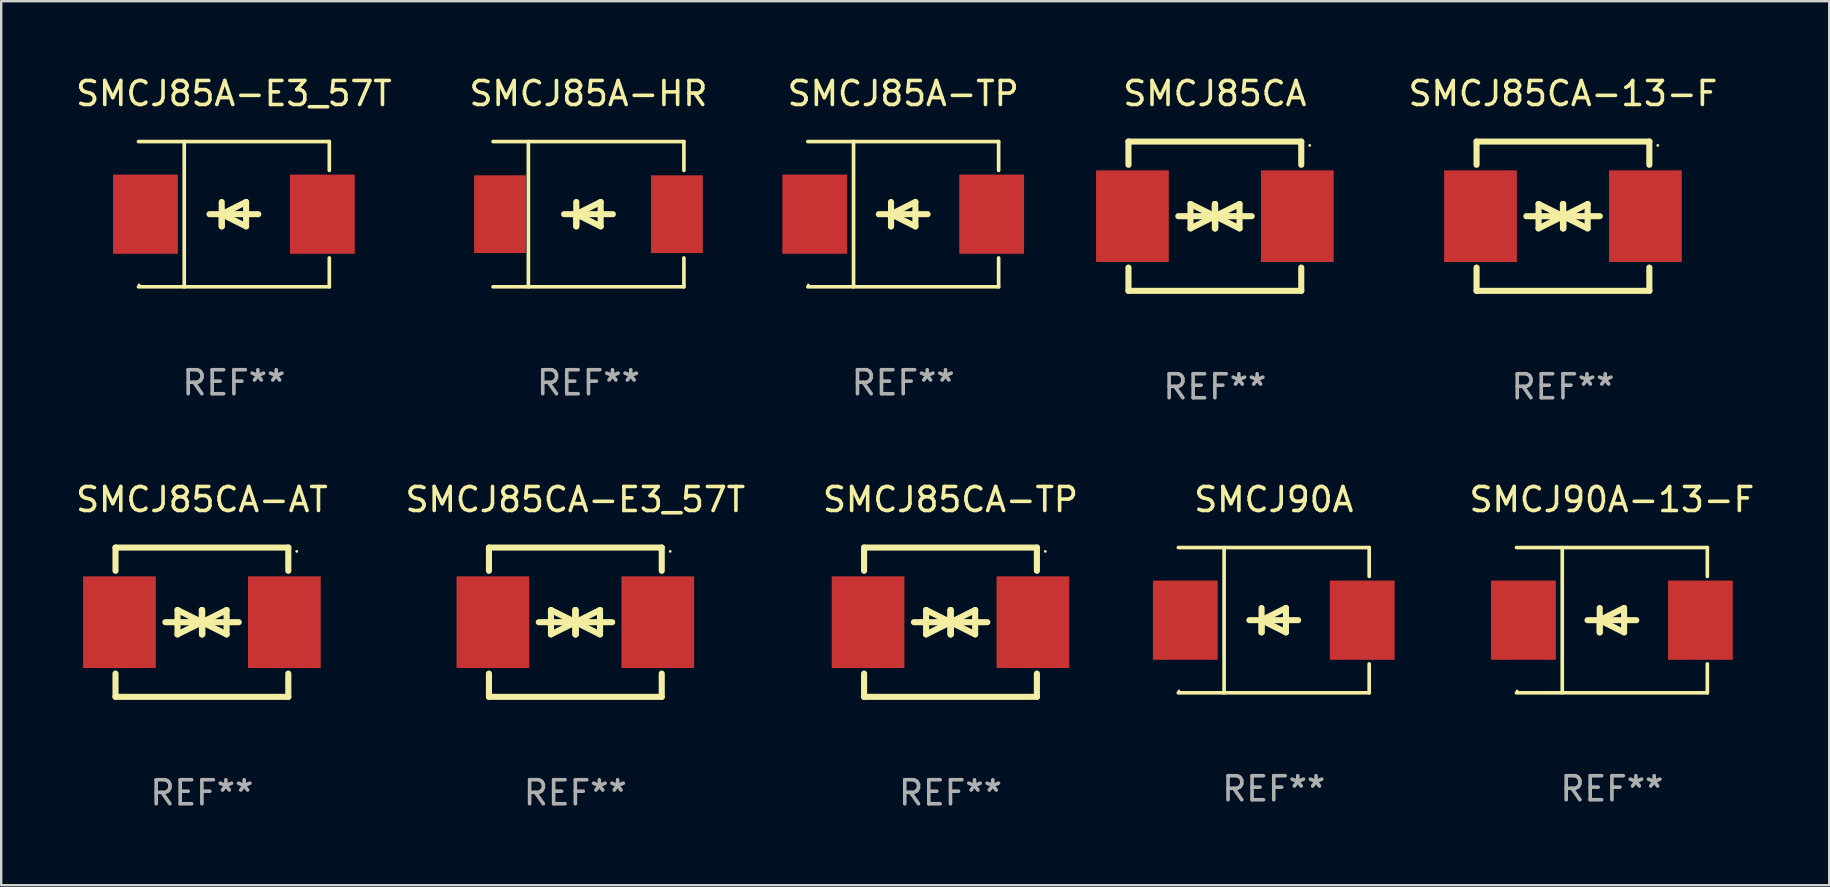
<source format=kicad_pcb>
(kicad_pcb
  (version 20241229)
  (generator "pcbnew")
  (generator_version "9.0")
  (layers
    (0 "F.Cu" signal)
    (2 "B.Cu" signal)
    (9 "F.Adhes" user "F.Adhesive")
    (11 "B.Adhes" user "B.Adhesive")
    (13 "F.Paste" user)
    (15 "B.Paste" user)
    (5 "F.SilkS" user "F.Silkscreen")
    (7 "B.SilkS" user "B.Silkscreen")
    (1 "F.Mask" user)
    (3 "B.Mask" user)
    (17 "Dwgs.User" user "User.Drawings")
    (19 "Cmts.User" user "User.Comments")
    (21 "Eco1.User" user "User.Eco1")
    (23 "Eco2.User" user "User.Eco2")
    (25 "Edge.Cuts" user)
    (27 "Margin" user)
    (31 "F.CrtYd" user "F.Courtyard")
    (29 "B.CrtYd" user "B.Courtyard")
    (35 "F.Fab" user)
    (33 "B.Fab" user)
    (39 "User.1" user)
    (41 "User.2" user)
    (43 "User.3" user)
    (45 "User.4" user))
  (footprint "SMCJ85CA-AT"
    (layer "F.Cu")
    (at 5.363 22.875)
    (property "Reference" "SMCJ85CA-AT" (at 0 -5.11 0) (layer "F.SilkS") (effects (font (size 1 1) (thickness 0.15))))
    (attr through_hole)
    (fp_line (start -3.6 -2.141) (end -3.6 -3.11) (stroke (width 0.254) (type solid)) (layer "F.SilkS"))
    (fp_line (start -3.6 3.11) (end -3.6 2.141) (stroke (width 0.254) (type solid)) (layer "F.SilkS"))
    (fp_line (start -1.524 0) (end 0.508 0) (stroke (width 0.254) (type solid)) (layer "F.SilkS"))
    (fp_line (start -1.016 -0.508) (end -1.016 0.508) (stroke (width 0.254) (type solid)) (layer "F.SilkS"))
    (fp_line (start -1.016 0.508) (end 0 0) (stroke (width 0.254) (type solid)) (layer "F.SilkS"))
    (fp_line (start 0 -0.508) (end 0 0.508) (stroke (width 0.254) (type solid)) (layer "F.SilkS"))
    (fp_line (start 0 0) (end -1.016 -0.508) (stroke (width 0.254) (type solid)) (layer "F.SilkS"))
    (fp_line (start 0 0) (end 0 -0.508) (stroke (width 0.254) (type solid)) (layer "F.SilkS"))
    (fp_line (start 0.012 0) (end 0.012 0.508) (stroke (width 0.254) (type solid)) (layer "F.SilkS"))
    (fp_line (start 0.012 0) (end 1.028 0.508) (stroke (width 0.254) (type solid)) (layer "F.SilkS"))
    (fp_line (start 0.012 0.508) (end 0.012 -0.508) (stroke (width 0.254) (type solid)) (layer "F.SilkS"))
    (fp_line (start 1.028 -0.508) (end 0.012 0) (stroke (width 0.254) (type solid)) (layer "F.SilkS"))
    (fp_line (start 1.028 0.508) (end 1.028 -0.508) (stroke (width 0.254) (type solid)) (layer "F.SilkS"))
    (fp_line (start 1.536 0) (end -0.496 0) (stroke (width 0.254) (type solid)) (layer "F.SilkS"))
    (fp_line (start 3.6 -3.11) (end -3.6 -3.11) (stroke (width 0.254) (type solid)) (layer "F.SilkS"))
    (fp_line (start 3.6 -2.141) (end 3.6 -3.11) (stroke (width 0.254) (type solid)) (layer "F.SilkS"))
    (fp_line (start 3.6 3.11) (end -3.6 3.11) (stroke (width 0.254) (type solid)) (layer "F.SilkS"))
    (fp_line (start 3.6 3.11) (end 3.6 2.141) (stroke (width 0.254) (type solid)) (layer "F.SilkS"))
    (fp_circle (center 3.952 -2.95) (end 3.982 -2.95) (stroke (width 0.06) (type solid)) (fill no) (layer "F.SilkS"))
    (fp_text user "REF**" (at 0 7.11 0) (layer "F.Fab") (effects (font (size 1 1) (thickness 0.15))))
    (pad "1" smd rect (at 3.435 0) (size 3.03 3.82) (layers "F.Cu" "F.Mask" "F.Paste"))
    (pad "2" smd rect (at -3.435 0) (size 3.03 3.82) (layers "F.Cu" "F.Mask" "F.Paste")))
  (footprint "SMCJ85CA-E3_57T"
    (layer "F.Cu")
    (at 20.923 22.875)
    (property "Reference" "SMCJ85CA-E3_57T" (at 0 -5.11 0) (layer "F.SilkS") (effects (font (size 1 1) (thickness 0.15))))
    (attr through_hole)
    (fp_line (start -3.6 -2.141) (end -3.6 -3.11) (stroke (width 0.254) (type solid)) (layer "F.SilkS"))
    (fp_line (start -3.6 3.11) (end -3.6 2.141) (stroke (width 0.254) (type solid)) (layer "F.SilkS"))
    (fp_line (start -1.524 0) (end 0.508 0) (stroke (width 0.254) (type solid)) (layer "F.SilkS"))
    (fp_line (start -1.016 -0.508) (end -1.016 0.508) (stroke (width 0.254) (type solid)) (layer "F.SilkS"))
    (fp_line (start -1.016 0.508) (end 0 0) (stroke (width 0.254) (type solid)) (layer "F.SilkS"))
    (fp_line (start 0 -0.508) (end 0 0.508) (stroke (width 0.254) (type solid)) (layer "F.SilkS"))
    (fp_line (start 0 0) (end -1.016 -0.508) (stroke (width 0.254) (type solid)) (layer "F.SilkS"))
    (fp_line (start 0 0) (end 0 -0.508) (stroke (width 0.254) (type solid)) (layer "F.SilkS"))
    (fp_line (start 0.012 0) (end 0.012 0.508) (stroke (width 0.254) (type solid)) (layer "F.SilkS"))
    (fp_line (start 0.012 0) (end 1.028 0.508) (stroke (width 0.254) (type solid)) (layer "F.SilkS"))
    (fp_line (start 0.012 0.508) (end 0.012 -0.508) (stroke (width 0.254) (type solid)) (layer "F.SilkS"))
    (fp_line (start 1.028 -0.508) (end 0.012 0) (stroke (width 0.254) (type solid)) (layer "F.SilkS"))
    (fp_line (start 1.028 0.508) (end 1.028 -0.508) (stroke (width 0.254) (type solid)) (layer "F.SilkS"))
    (fp_line (start 1.536 0) (end -0.496 0) (stroke (width 0.254) (type solid)) (layer "F.SilkS"))
    (fp_line (start 3.6 -3.11) (end -3.6 -3.11) (stroke (width 0.254) (type solid)) (layer "F.SilkS"))
    (fp_line (start 3.6 -2.141) (end 3.6 -3.11) (stroke (width 0.254) (type solid)) (layer "F.SilkS"))
    (fp_line (start 3.6 3.11) (end -3.6 3.11) (stroke (width 0.254) (type solid)) (layer "F.SilkS"))
    (fp_line (start 3.6 3.11) (end 3.6 2.141) (stroke (width 0.254) (type solid)) (layer "F.SilkS"))
    (fp_circle (center 3.952 -2.95) (end 3.982 -2.95) (stroke (width 0.06) (type solid)) (fill no) (layer "F.SilkS"))
    (fp_text user "REF**" (at 0 7.11 0) (layer "F.Fab") (effects (font (size 1 1) (thickness 0.15))))
    (pad "1" smd rect (at 3.435 0) (size 3.03 3.82) (layers "F.Cu" "F.Mask" "F.Paste"))
    (pad "2" smd rect (at -3.435 0) (size 3.03 3.82) (layers "F.Cu" "F.Mask" "F.Paste")))
  (footprint "SMCJ85A-TP"
    (layer "F.Cu")
    (at 34.584 5.874)
    (property "Reference" "SMCJ85A-TP" (at 0 -5.026 0) (layer "F.SilkS") (effects (font (size 1 1) (thickness 0.15))))
    (attr through_hole)
    (fp_line (start -3.976 -3.026) (end 3.976 -3.026) (stroke (width 0.152) (type solid)) (layer "F.SilkS"))
    (fp_line (start -3.976 3.026) (end 3.976 3.026) (stroke (width 0.152) (type solid)) (layer "F.SilkS"))
    (fp_line (start -2.069 -3.026) (end -2.069 3.026) (stroke (width 0.152) (type solid)) (layer "F.SilkS"))
    (fp_line (start -0.508 0) (end -0.508 0.508) (stroke (width 0.254) (type solid)) (layer "F.SilkS"))
    (fp_line (start -0.508 0) (end 0.508 0.508) (stroke (width 0.254) (type solid)) (layer "F.SilkS"))
    (fp_line (start -0.508 0.508) (end -0.508 -0.508) (stroke (width 0.254) (type solid)) (layer "F.SilkS"))
    (fp_line (start 0.508 -0.508) (end -0.508 0) (stroke (width 0.254) (type solid)) (layer "F.SilkS"))
    (fp_line (start 0.508 0.508) (end 0.508 -0.508) (stroke (width 0.254) (type solid)) (layer "F.SilkS"))
    (fp_line (start 1.016 0) (end -1.016 0) (stroke (width 0.254) (type solid)) (layer "F.SilkS"))
    (fp_line (start 3.976 -3.026) (end 3.976 -1.823) (stroke (width 0.152) (type solid)) (layer "F.SilkS"))
    (fp_line (start 3.976 3.026) (end 3.976 1.823) (stroke (width 0.152) (type solid)) (layer "F.SilkS"))
    (fp_circle (center -3.95 2.95) (end -3.92 2.95) (stroke (width 0.06) (type solid)) (fill no) (layer "F.SilkS"))
    (fp_text user "REF**" (at 0 7.026 0) (layer "F.Fab") (effects (font (size 1 1) (thickness 0.15))))
    (pad "1" smd rect (at -3.686 0) (size 2.7 3.3) (layers "F.Cu" "F.Mask" "F.Paste"))
    (pad "2" smd rect (at 3.686 0) (size 2.7 3.3) (layers "F.Cu" "F.Mask" "F.Paste")))
  (footprint "SMCJ85CA-TP"
    (layer "F.Cu")
    (at 36.554 22.875)
    (property "Reference" "SMCJ85CA-TP" (at 0 -5.11 0) (layer "F.SilkS") (effects (font (size 1 1) (thickness 0.15))))
    (attr through_hole)
    (fp_line (start -3.6 -2.141) (end -3.6 -3.11) (stroke (width 0.254) (type solid)) (layer "F.SilkS"))
    (fp_line (start -3.6 3.11) (end -3.6 2.141) (stroke (width 0.254) (type solid)) (layer "F.SilkS"))
    (fp_line (start -1.524 0) (end 0.508 0) (stroke (width 0.254) (type solid)) (layer "F.SilkS"))
    (fp_line (start -1.016 -0.508) (end -1.016 0.508) (stroke (width 0.254) (type solid)) (layer "F.SilkS"))
    (fp_line (start -1.016 0.508) (end 0 0) (stroke (width 0.254) (type solid)) (layer "F.SilkS"))
    (fp_line (start 0 -0.508) (end 0 0.508) (stroke (width 0.254) (type solid)) (layer "F.SilkS"))
    (fp_line (start 0 0) (end -1.016 -0.508) (stroke (width 0.254) (type solid)) (layer "F.SilkS"))
    (fp_line (start 0 0) (end 0 -0.508) (stroke (width 0.254) (type solid)) (layer "F.SilkS"))
    (fp_line (start 0.012 0) (end 0.012 0.508) (stroke (width 0.254) (type solid)) (layer "F.SilkS"))
    (fp_line (start 0.012 0) (end 1.028 0.508) (stroke (width 0.254) (type solid)) (layer "F.SilkS"))
    (fp_line (start 0.012 0.508) (end 0.012 -0.508) (stroke (width 0.254) (type solid)) (layer "F.SilkS"))
    (fp_line (start 1.028 -0.508) (end 0.012 0) (stroke (width 0.254) (type solid)) (layer "F.SilkS"))
    (fp_line (start 1.028 0.508) (end 1.028 -0.508) (stroke (width 0.254) (type solid)) (layer "F.SilkS"))
    (fp_line (start 1.536 0) (end -0.496 0) (stroke (width 0.254) (type solid)) (layer "F.SilkS"))
    (fp_line (start 3.6 -3.11) (end -3.6 -3.11) (stroke (width 0.254) (type solid)) (layer "F.SilkS"))
    (fp_line (start 3.6 -2.141) (end 3.6 -3.11) (stroke (width 0.254) (type solid)) (layer "F.SilkS"))
    (fp_line (start 3.6 3.11) (end -3.6 3.11) (stroke (width 0.254) (type solid)) (layer "F.SilkS"))
    (fp_line (start 3.6 3.11) (end 3.6 2.141) (stroke (width 0.254) (type solid)) (layer "F.SilkS"))
    (fp_circle (center 3.952 -2.95) (end 3.982 -2.95) (stroke (width 0.06) (type solid)) (fill no) (layer "F.SilkS"))
    (fp_text user "REF**" (at 0 7.11 0) (layer "F.Fab") (effects (font (size 1 1) (thickness 0.15))))
    (pad "1" smd rect (at 3.435 0) (size 3.03 3.82) (layers "F.Cu" "F.Mask" "F.Paste"))
    (pad "2" smd rect (at -3.435 0) (size 3.03 3.82) (layers "F.Cu" "F.Mask" "F.Paste")))
  (footprint "SMCJ85CA"
    (layer "F.Cu")
    (at 47.57 5.958)
    (property "Reference" "SMCJ85CA" (at 0 -5.11 0) (layer "F.SilkS") (effects (font (size 1 1) (thickness 0.15))))
    (attr through_hole)
    (fp_line (start -3.6 -2.141) (end -3.6 -3.11) (stroke (width 0.254) (type solid)) (layer "F.SilkS"))
    (fp_line (start -3.6 3.11) (end -3.6 2.141) (stroke (width 0.254) (type solid)) (layer "F.SilkS"))
    (fp_line (start -1.524 0) (end 0.508 0) (stroke (width 0.254) (type solid)) (layer "F.SilkS"))
    (fp_line (start -1.016 -0.508) (end -1.016 0.508) (stroke (width 0.254) (type solid)) (layer "F.SilkS"))
    (fp_line (start -1.016 0.508) (end 0 0) (stroke (width 0.254) (type solid)) (layer "F.SilkS"))
    (fp_line (start 0 -0.508) (end 0 0.508) (stroke (width 0.254) (type solid)) (layer "F.SilkS"))
    (fp_line (start 0 0) (end -1.016 -0.508) (stroke (width 0.254) (type solid)) (layer "F.SilkS"))
    (fp_line (start 0 0) (end 0 -0.508) (stroke (width 0.254) (type solid)) (layer "F.SilkS"))
    (fp_line (start 0.012 0) (end 0.012 0.508) (stroke (width 0.254) (type solid)) (layer "F.SilkS"))
    (fp_line (start 0.012 0) (end 1.028 0.508) (stroke (width 0.254) (type solid)) (layer "F.SilkS"))
    (fp_line (start 0.012 0.508) (end 0.012 -0.508) (stroke (width 0.254) (type solid)) (layer "F.SilkS"))
    (fp_line (start 1.028 -0.508) (end 0.012 0) (stroke (width 0.254) (type solid)) (layer "F.SilkS"))
    (fp_line (start 1.028 0.508) (end 1.028 -0.508) (stroke (width 0.254) (type solid)) (layer "F.SilkS"))
    (fp_line (start 1.536 0) (end -0.496 0) (stroke (width 0.254) (type solid)) (layer "F.SilkS"))
    (fp_line (start 3.6 -3.11) (end -3.6 -3.11) (stroke (width 0.254) (type solid)) (layer "F.SilkS"))
    (fp_line (start 3.6 -2.141) (end 3.6 -3.11) (stroke (width 0.254) (type solid)) (layer "F.SilkS"))
    (fp_line (start 3.6 3.11) (end -3.6 3.11) (stroke (width 0.254) (type solid)) (layer "F.SilkS"))
    (fp_line (start 3.6 3.11) (end 3.6 2.141) (stroke (width 0.254) (type solid)) (layer "F.SilkS"))
    (fp_circle (center 3.952 -2.95) (end 3.982 -2.95) (stroke (width 0.06) (type solid)) (fill no) (layer "F.SilkS"))
    (fp_text user "REF**" (at 0 7.11 0) (layer "F.Fab") (effects (font (size 1 1) (thickness 0.15))))
    (pad "1" smd rect (at 3.435 0) (size 3.03 3.82) (layers "F.Cu" "F.Mask" "F.Paste"))
    (pad "2" smd rect (at -3.435 0) (size 3.03 3.82) (layers "F.Cu" "F.Mask" "F.Paste")))
  (footprint "SMCJ85A-E3_57T"
    (layer "F.Cu")
    (at 6.696 5.874)
    (property "Reference" "SMCJ85A-E3_57T" (at 0 -5.026 0) (layer "F.SilkS") (effects (font (size 1 1) (thickness 0.15))))
    (attr through_hole)
    (fp_line (start -3.976 -3.026) (end 3.976 -3.026) (stroke (width 0.152) (type solid)) (layer "F.SilkS"))
    (fp_line (start -3.976 3.026) (end 3.976 3.026) (stroke (width 0.152) (type solid)) (layer "F.SilkS"))
    (fp_line (start -2.069 -3.026) (end -2.069 3.026) (stroke (width 0.152) (type solid)) (layer "F.SilkS"))
    (fp_line (start -0.508 0) (end -0.508 0.508) (stroke (width 0.254) (type solid)) (layer "F.SilkS"))
    (fp_line (start -0.508 0) (end 0.508 0.508) (stroke (width 0.254) (type solid)) (layer "F.SilkS"))
    (fp_line (start -0.508 0.508) (end -0.508 -0.508) (stroke (width 0.254) (type solid)) (layer "F.SilkS"))
    (fp_line (start 0.508 -0.508) (end -0.508 0) (stroke (width 0.254) (type solid)) (layer "F.SilkS"))
    (fp_line (start 0.508 0.508) (end 0.508 -0.508) (stroke (width 0.254) (type solid)) (layer "F.SilkS"))
    (fp_line (start 1.016 0) (end -1.016 0) (stroke (width 0.254) (type solid)) (layer "F.SilkS"))
    (fp_line (start 3.976 -3.026) (end 3.976 -1.823) (stroke (width 0.152) (type solid)) (layer "F.SilkS"))
    (fp_line (start 3.976 3.026) (end 3.976 1.823) (stroke (width 0.152) (type solid)) (layer "F.SilkS"))
    (fp_circle (center -3.95 2.95) (end -3.92 2.95) (stroke (width 0.06) (type solid)) (fill no) (layer "F.SilkS"))
    (fp_text user "REF**" (at 0 7.026 0) (layer "F.Fab") (effects (font (size 1 1) (thickness 0.15))))
    (pad "1" smd rect (at -3.686 0) (size 2.7 3.3) (layers "F.Cu" "F.Mask" "F.Paste"))
    (pad "2" smd rect (at 3.686 0) (size 2.7 3.3) (layers "F.Cu" "F.Mask" "F.Paste")))
  (footprint "SMCJ85A-HR"
    (layer "F.Cu")
    (at 21.47 5.874)
    (property "Reference" "SMCJ85A-HR" (at 0 -5.026 0) (layer "F.SilkS") (effects (font (size 1 1) (thickness 0.15))))
    (attr through_hole)
    (fp_line (start -3.976 -3.026) (end 3.976 -3.026) (stroke (width 0.152) (type solid)) (layer "F.SilkS"))
    (fp_line (start -3.976 3.026) (end 3.976 3.026) (stroke (width 0.152) (type solid)) (layer "F.SilkS"))
    (fp_line (start -2.504 -3.026) (end -2.504 3.026) (stroke (width 0.152) (type solid)) (layer "F.SilkS"))
    (fp_line (start -0.508 0) (end -0.508 0.508) (stroke (width 0.254) (type solid)) (layer "F.SilkS"))
    (fp_line (start -0.508 0) (end 0.508 0.508) (stroke (width 0.254) (type solid)) (layer "F.SilkS"))
    (fp_line (start -0.508 0.508) (end -0.508 -0.508) (stroke (width 0.254) (type solid)) (layer "F.SilkS"))
    (fp_line (start 0.508 -0.508) (end -0.508 0) (stroke (width 0.254) (type solid)) (layer "F.SilkS"))
    (fp_line (start 0.508 0.508) (end 0.508 -0.508) (stroke (width 0.254) (type solid)) (layer "F.SilkS"))
    (fp_line (start 1.016 0) (end -1.016 0) (stroke (width 0.254) (type solid)) (layer "F.SilkS"))
    (fp_line (start 3.976 -3.026) (end 3.976 -1.823) (stroke (width 0.152) (type solid)) (layer "F.SilkS"))
    (fp_line (start 3.976 3.026) (end 3.976 1.823) (stroke (width 0.152) (type solid)) (layer "F.SilkS"))
    (fp_circle (center 3.95 -2.95) (end 3.98 -2.95) (stroke (width 0.06) (type solid)) (fill no) (layer "F.SilkS"))
    (fp_text user "REF**" (at 0 7.026 0) (layer "F.Fab") (effects (font (size 1 1) (thickness 0.15))))
    (pad "1" smd rect (at 3.686 0 180) (size 2.158 3.24) (layers "F.Cu" "F.Mask" "F.Paste"))
    (pad "2" smd rect (at -3.686 0 180) (size 2.158 3.24) (layers "F.Cu" "F.Mask" "F.Paste")))
  (footprint "SMCJ90A-13-F"
    (layer "F.Cu")
    (at 64.114 22.791)
    (property "Reference" "SMCJ90A-13-F" (at 0 -5.026 0) (layer "F.SilkS") (effects (font (size 1 1) (thickness 0.15))))
    (attr through_hole)
    (fp_line (start -3.976 -3.026) (end 3.976 -3.026) (stroke (width 0.152) (type solid)) (layer "F.SilkS"))
    (fp_line (start -3.976 3.026) (end 3.976 3.026) (stroke (width 0.152) (type solid)) (layer "F.SilkS"))
    (fp_line (start -2.069 -3.026) (end -2.069 3.026) (stroke (width 0.152) (type solid)) (layer "F.SilkS"))
    (fp_line (start -0.508 0) (end -0.508 0.508) (stroke (width 0.254) (type solid)) (layer "F.SilkS"))
    (fp_line (start -0.508 0) (end 0.508 0.508) (stroke (width 0.254) (type solid)) (layer "F.SilkS"))
    (fp_line (start -0.508 0.508) (end -0.508 -0.508) (stroke (width 0.254) (type solid)) (layer "F.SilkS"))
    (fp_line (start 0.508 -0.508) (end -0.508 0) (stroke (width 0.254) (type solid)) (layer "F.SilkS"))
    (fp_line (start 0.508 0.508) (end 0.508 -0.508) (stroke (width 0.254) (type solid)) (layer "F.SilkS"))
    (fp_line (start 1.016 0) (end -1.016 0) (stroke (width 0.254) (type solid)) (layer "F.SilkS"))
    (fp_line (start 3.976 -3.026) (end 3.976 -1.823) (stroke (width 0.152) (type solid)) (layer "F.SilkS"))
    (fp_line (start 3.976 3.026) (end 3.976 1.823) (stroke (width 0.152) (type solid)) (layer "F.SilkS"))
    (fp_circle (center -3.95 2.95) (end -3.92 2.95) (stroke (width 0.06) (type solid)) (fill no) (layer "F.SilkS"))
    (fp_text user "REF**" (at 0 7.026 0) (layer "F.Fab") (effects (font (size 1 1) (thickness 0.15))))
    (pad "1" smd rect (at -3.686 0) (size 2.7 3.3) (layers "F.Cu" "F.Mask" "F.Paste"))
    (pad "2" smd rect (at 3.686 0) (size 2.7 3.3) (layers "F.Cu" "F.Mask" "F.Paste")))
  (footprint "SMCJ90A"
    (layer "F.Cu")
    (at 50.024 22.791)
    (property "Reference" "SMCJ90A" (at 0 -5.026 0) (layer "F.SilkS") (effects (font (size 1 1) (thickness 0.15))))
    (attr through_hole)
    (fp_line (start -3.976 -3.026) (end 3.976 -3.026) (stroke (width 0.152) (type solid)) (layer "F.SilkS"))
    (fp_line (start -3.976 3.026) (end 3.976 3.026) (stroke (width 0.152) (type solid)) (layer "F.SilkS"))
    (fp_line (start -2.069 -3.026) (end -2.069 3.026) (stroke (width 0.152) (type solid)) (layer "F.SilkS"))
    (fp_line (start -0.508 0) (end -0.508 0.508) (stroke (width 0.254) (type solid)) (layer "F.SilkS"))
    (fp_line (start -0.508 0) (end 0.508 0.508) (stroke (width 0.254) (type solid)) (layer "F.SilkS"))
    (fp_line (start -0.508 0.508) (end -0.508 -0.508) (stroke (width 0.254) (type solid)) (layer "F.SilkS"))
    (fp_line (start 0.508 -0.508) (end -0.508 0) (stroke (width 0.254) (type solid)) (layer "F.SilkS"))
    (fp_line (start 0.508 0.508) (end 0.508 -0.508) (stroke (width 0.254) (type solid)) (layer "F.SilkS"))
    (fp_line (start 1.016 0) (end -1.016 0) (stroke (width 0.254) (type solid)) (layer "F.SilkS"))
    (fp_line (start 3.976 -3.026) (end 3.976 -1.823) (stroke (width 0.152) (type solid)) (layer "F.SilkS"))
    (fp_line (start 3.976 3.026) (end 3.976 1.823) (stroke (width 0.152) (type solid)) (layer "F.SilkS"))
    (fp_circle (center -3.95 2.95) (end -3.92 2.95) (stroke (width 0.06) (type solid)) (fill no) (layer "F.SilkS"))
    (fp_text user "REF**" (at 0 7.026 0) (layer "F.Fab") (effects (font (size 1 1) (thickness 0.15))))
    (pad "1" smd rect (at -3.686 0) (size 2.7 3.3) (layers "F.Cu" "F.Mask" "F.Paste"))
    (pad "2" smd rect (at 3.686 0) (size 2.7 3.3) (layers "F.Cu" "F.Mask" "F.Paste")))
  (footprint "SMCJ85CA-13-F"
    (layer "F.Cu")
    (at 62.074 5.958)
    (property "Reference" "SMCJ85CA-13-F" (at 0 -5.11 0) (layer "F.SilkS") (effects (font (size 1 1) (thickness 0.15))))
    (attr through_hole)
    (fp_line (start -3.6 -2.141) (end -3.6 -3.11) (stroke (width 0.254) (type solid)) (layer "F.SilkS"))
    (fp_line (start -3.6 3.11) (end -3.6 2.141) (stroke (width 0.254) (type solid)) (layer "F.SilkS"))
    (fp_line (start -1.524 0) (end 0.508 0) (stroke (width 0.254) (type solid)) (layer "F.SilkS"))
    (fp_line (start -1.016 -0.508) (end -1.016 0.508) (stroke (width 0.254) (type solid)) (layer "F.SilkS"))
    (fp_line (start -1.016 0.508) (end 0 0) (stroke (width 0.254) (type solid)) (layer "F.SilkS"))
    (fp_line (start 0 -0.508) (end 0 0.508) (stroke (width 0.254) (type solid)) (layer "F.SilkS"))
    (fp_line (start 0 0) (end -1.016 -0.508) (stroke (width 0.254) (type solid)) (layer "F.SilkS"))
    (fp_line (start 0 0) (end 0 -0.508) (stroke (width 0.254) (type solid)) (layer "F.SilkS"))
    (fp_line (start 0.012 0) (end 0.012 0.508) (stroke (width 0.254) (type solid)) (layer "F.SilkS"))
    (fp_line (start 0.012 0) (end 1.028 0.508) (stroke (width 0.254) (type solid)) (layer "F.SilkS"))
    (fp_line (start 0.012 0.508) (end 0.012 -0.508) (stroke (width 0.254) (type solid)) (layer "F.SilkS"))
    (fp_line (start 1.028 -0.508) (end 0.012 0) (stroke (width 0.254) (type solid)) (layer "F.SilkS"))
    (fp_line (start 1.028 0.508) (end 1.028 -0.508) (stroke (width 0.254) (type solid)) (layer "F.SilkS"))
    (fp_line (start 1.536 0) (end -0.496 0) (stroke (width 0.254) (type solid)) (layer "F.SilkS"))
    (fp_line (start 3.6 -3.11) (end -3.6 -3.11) (stroke (width 0.254) (type solid)) (layer "F.SilkS"))
    (fp_line (start 3.6 -2.141) (end 3.6 -3.11) (stroke (width 0.254) (type solid)) (layer "F.SilkS"))
    (fp_line (start 3.6 3.11) (end -3.6 3.11) (stroke (width 0.254) (type solid)) (layer "F.SilkS"))
    (fp_line (start 3.6 3.11) (end 3.6 2.141) (stroke (width 0.254) (type solid)) (layer "F.SilkS"))
    (fp_circle (center 3.952 -2.95) (end 3.982 -2.95) (stroke (width 0.06) (type solid)) (fill no) (layer "F.SilkS"))
    (fp_text user "REF**" (at 0 7.11 0) (layer "F.Fab") (effects (font (size 1 1) (thickness 0.15))))
    (pad "1" smd rect (at 3.435 0) (size 3.03 3.82) (layers "F.Cu" "F.Mask" "F.Paste"))
    (pad "2" smd rect (at -3.435 0) (size 3.03 3.82) (layers "F.Cu" "F.Mask" "F.Paste")))
  (gr_rect
    (start -3 -3)
    (end 73.168 33.833)
    (stroke (width 0.1) (type default))
    (fill no)
    (layer "Edge.Cuts")))
</source>
